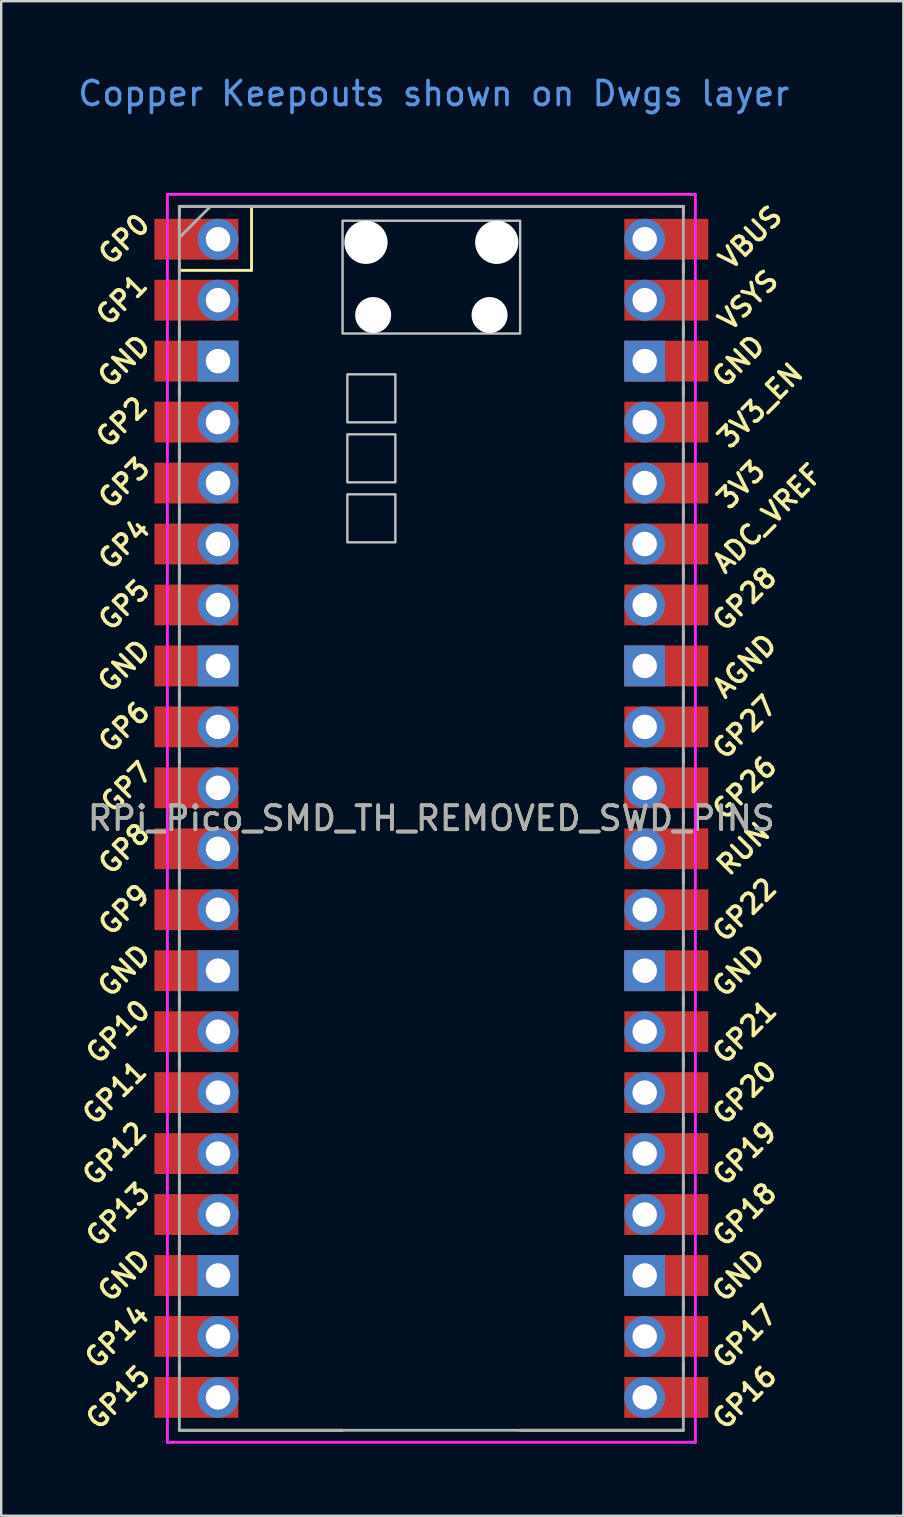
<source format=kicad_pcb>
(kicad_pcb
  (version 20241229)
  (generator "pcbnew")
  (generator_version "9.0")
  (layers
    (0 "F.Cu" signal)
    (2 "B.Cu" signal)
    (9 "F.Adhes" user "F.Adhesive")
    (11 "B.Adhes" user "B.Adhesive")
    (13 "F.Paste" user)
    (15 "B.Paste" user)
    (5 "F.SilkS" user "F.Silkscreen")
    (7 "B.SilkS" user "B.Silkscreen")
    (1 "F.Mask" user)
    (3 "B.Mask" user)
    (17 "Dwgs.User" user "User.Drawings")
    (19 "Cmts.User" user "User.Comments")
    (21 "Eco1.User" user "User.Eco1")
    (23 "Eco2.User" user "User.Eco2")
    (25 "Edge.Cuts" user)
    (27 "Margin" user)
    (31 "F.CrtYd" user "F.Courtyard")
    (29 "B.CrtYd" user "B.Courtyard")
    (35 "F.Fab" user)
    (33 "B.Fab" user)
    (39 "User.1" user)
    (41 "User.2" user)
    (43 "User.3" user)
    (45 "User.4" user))
  (footprint "RPi_Pico_SMD_TH_REMOVED_SWD_PINS"
    (layer "F.Cu")
    (at 14.924 31.048)
    (property "Reference" "RPi_Pico_SMD_TH_REMOVED_SWD_PINS" (at 0 0 0) (layer "F.SilkS") (effects (font (size 1 1) (thickness 0.15))))
    (attr through_hole)
    (fp_line (start -10.5 -25.5) (end -10.5 -25.2) (stroke (width 0.12) (type solid)) (layer "F.SilkS"))
    (fp_line (start -10.5 -25.5) (end 10.5 -25.5) (stroke (width 0.12) (type solid)) (layer "F.SilkS"))
    (fp_line (start -10.5 -23.1) (end -10.5 -22.7) (stroke (width 0.12) (type solid)) (layer "F.SilkS"))
    (fp_line (start -10.5 -22.833) (end -7.493 -22.833) (stroke (width 0.12) (type solid)) (layer "F.SilkS"))
    (fp_line (start -10.5 -20.5) (end -10.5 -20.1) (stroke (width 0.12) (type solid)) (layer "F.SilkS"))
    (fp_line (start -10.5 -18) (end -10.5 -17.6) (stroke (width 0.12) (type solid)) (layer "F.SilkS"))
    (fp_line (start -10.5 -15.4) (end -10.5 -15) (stroke (width 0.12) (type solid)) (layer "F.SilkS"))
    (fp_line (start -10.5 -12.9) (end -10.5 -12.5) (stroke (width 0.12) (type solid)) (layer "F.SilkS"))
    (fp_line (start -10.5 -10.4) (end -10.5 -10) (stroke (width 0.12) (type solid)) (layer "F.SilkS"))
    (fp_line (start -10.5 -7.8) (end -10.5 -7.4) (stroke (width 0.12) (type solid)) (layer "F.SilkS"))
    (fp_line (start -10.5 -5.3) (end -10.5 -4.9) (stroke (width 0.12) (type solid)) (layer "F.SilkS"))
    (fp_line (start -10.5 -2.7) (end -10.5 -2.3) (stroke (width 0.12) (type solid)) (layer "F.SilkS"))
    (fp_line (start -10.5 -0.2) (end -10.5 0.2) (stroke (width 0.12) (type solid)) (layer "F.SilkS"))
    (fp_line (start -10.5 2.3) (end -10.5 2.7) (stroke (width 0.12) (type solid)) (layer "F.SilkS"))
    (fp_line (start -10.5 4.9) (end -10.5 5.3) (stroke (width 0.12) (type solid)) (layer "F.SilkS"))
    (fp_line (start -10.5 7.4) (end -10.5 7.8) (stroke (width 0.12) (type solid)) (layer "F.SilkS"))
    (fp_line (start -10.5 10) (end -10.5 10.4) (stroke (width 0.12) (type solid)) (layer "F.SilkS"))
    (fp_line (start -10.5 12.5) (end -10.5 12.9) (stroke (width 0.12) (type solid)) (layer "F.SilkS"))
    (fp_line (start -10.5 15.1) (end -10.5 15.5) (stroke (width 0.12) (type solid)) (layer "F.SilkS"))
    (fp_line (start -10.5 17.6) (end -10.5 18) (stroke (width 0.12) (type solid)) (layer "F.SilkS"))
    (fp_line (start -10.5 20.1) (end -10.5 20.5) (stroke (width 0.12) (type solid)) (layer "F.SilkS"))
    (fp_line (start -10.5 22.7) (end -10.5 23.1) (stroke (width 0.12) (type solid)) (layer "F.SilkS"))
    (fp_line (start -7.493 -22.833) (end -7.493 -25.5) (stroke (width 0.12) (type solid)) (layer "F.SilkS"))
    (fp_line (start -3.7 25.5) (end -10.5 25.5) (stroke (width 0.12) (type solid)) (layer "F.SilkS"))
    (fp_line (start 10.5 -25.5) (end 10.5 -25.2) (stroke (width 0.12) (type solid)) (layer "F.SilkS"))
    (fp_line (start 10.5 -23.1) (end 10.5 -22.7) (stroke (width 0.12) (type solid)) (layer "F.SilkS"))
    (fp_line (start 10.5 -20.5) (end 10.5 -20.1) (stroke (width 0.12) (type solid)) (layer "F.SilkS"))
    (fp_line (start 10.5 -18) (end 10.5 -17.6) (stroke (width 0.12) (type solid)) (layer "F.SilkS"))
    (fp_line (start 10.5 -15.4) (end 10.5 -15) (stroke (width 0.12) (type solid)) (layer "F.SilkS"))
    (fp_line (start 10.5 -12.9) (end 10.5 -12.5) (stroke (width 0.12) (type solid)) (layer "F.SilkS"))
    (fp_line (start 10.5 -10.4) (end 10.5 -10) (stroke (width 0.12) (type solid)) (layer "F.SilkS"))
    (fp_line (start 10.5 -7.8) (end 10.5 -7.4) (stroke (width 0.12) (type solid)) (layer "F.SilkS"))
    (fp_line (start 10.5 -5.3) (end 10.5 -4.9) (stroke (width 0.12) (type solid)) (layer "F.SilkS"))
    (fp_line (start 10.5 -2.7) (end 10.5 -2.3) (stroke (width 0.12) (type solid)) (layer "F.SilkS"))
    (fp_line (start 10.5 -0.2) (end 10.5 0.2) (stroke (width 0.12) (type solid)) (layer "F.SilkS"))
    (fp_line (start 10.5 2.3) (end 10.5 2.7) (stroke (width 0.12) (type solid)) (layer "F.SilkS"))
    (fp_line (start 10.5 4.9) (end 10.5 5.3) (stroke (width 0.12) (type solid)) (layer "F.SilkS"))
    (fp_line (start 10.5 7.4) (end 10.5 7.8) (stroke (width 0.12) (type solid)) (layer "F.SilkS"))
    (fp_line (start 10.5 10) (end 10.5 10.4) (stroke (width 0.12) (type solid)) (layer "F.SilkS"))
    (fp_line (start 10.5 12.5) (end 10.5 12.9) (stroke (width 0.12) (type solid)) (layer "F.SilkS"))
    (fp_line (start 10.5 15.1) (end 10.5 15.5) (stroke (width 0.12) (type solid)) (layer "F.SilkS"))
    (fp_line (start 10.5 17.6) (end 10.5 18) (stroke (width 0.12) (type solid)) (layer "F.SilkS"))
    (fp_line (start 10.5 20.1) (end 10.5 20.5) (stroke (width 0.12) (type solid)) (layer "F.SilkS"))
    (fp_line (start 10.5 22.7) (end 10.5 23.1) (stroke (width 0.12) (type solid)) (layer "F.SilkS"))
    (fp_line (start 10.5 25.5) (end 3.7 25.5) (stroke (width 0.12) (type solid)) (layer "F.SilkS"))
    (fp_poly (pts (xy -1.5 -16.5) (xy -3.5 -16.5) (xy -3.5 -18.5) (xy -1.5 -18.5)) (stroke (width 0.1) (type solid)) (fill no) (layer "Dwgs.User"))
    (fp_poly (pts (xy -1.5 -14) (xy -3.5 -14) (xy -3.5 -16) (xy -1.5 -16)) (stroke (width 0.1) (type solid)) (fill no) (layer "Dwgs.User"))
    (fp_poly (pts (xy -1.5 -11.5) (xy -3.5 -11.5) (xy -3.5 -13.5) (xy -1.5 -13.5)) (stroke (width 0.1) (type solid)) (fill no) (layer "Dwgs.User"))
    (fp_poly (pts (xy 3.7 -20.2) (xy -3.7 -20.2) (xy -3.7 -24.9) (xy 3.7 -24.9)) (stroke (width 0.1) (type solid)) (fill no) (layer "Dwgs.User"))
    (fp_line (start -11 -26) (end 11 -26) (stroke (width 0.12) (type solid)) (layer "F.CrtYd"))
    (fp_line (start -11 26) (end -11 -26) (stroke (width 0.12) (type solid)) (layer "F.CrtYd"))
    (fp_line (start 11 -26) (end 11 26) (stroke (width 0.12) (type solid)) (layer "F.CrtYd"))
    (fp_line (start 11 26) (end -11 26) (stroke (width 0.12) (type solid)) (layer "F.CrtYd"))
    (fp_line (start -10.5 -25.5) (end 10.5 -25.5) (stroke (width 0.12) (type solid)) (layer "F.Fab"))
    (fp_line (start -10.5 -24.2) (end -9.2 -25.5) (stroke (width 0.12) (type solid)) (layer "F.Fab"))
    (fp_line (start -10.5 25.5) (end -10.5 -25.5) (stroke (width 0.12) (type solid)) (layer "F.Fab"))
    (fp_line (start 10.5 -25.5) (end 10.5 25.5) (stroke (width 0.12) (type solid)) (layer "F.Fab"))
    (fp_line (start 10.5 25.5) (end -10.5 25.5) (stroke (width 0.12) (type solid)) (layer "F.Fab"))
    (fp_text user "3V3_EN" (at 13.7 -17.2 45) (layer "F.SilkS") (effects (font (size 0.8 0.8) (thickness 0.15))))
    (fp_text user "GP4" (at -12.8 -11.43 45) (layer "F.SilkS") (effects (font (size 0.8 0.8) (thickness 0.15))))
    (fp_text user "GP6" (at -12.8 -3.81 45) (layer "F.SilkS") (effects (font (size 0.8 0.8) (thickness 0.15))))
    (fp_text user "GND" (at -12.8 6.35 45) (layer "F.SilkS") (effects (font (size 0.8 0.8) (thickness 0.15))))
    (fp_text user "GP28" (at 13.054 -9.144 45) (layer "F.SilkS") (effects (font (size 0.8 0.8) (thickness 0.15))))
    (fp_text user "RUN" (at 13 1.27 45) (layer "F.SilkS") (effects (font (size 0.8 0.8) (thickness 0.15))))
    (fp_text user "GP11" (at -13.2 11.43 45) (layer "F.SilkS") (effects (font (size 0.8 0.8) (thickness 0.15))))
    (fp_text user "GND" (at -12.8 -19.05 45) (layer "F.SilkS") (effects (font (size 0.8 0.8) (thickness 0.15))))
    (fp_text user "GP27" (at 13.054 -3.8 45) (layer "F.SilkS") (effects (font (size 0.8 0.8) (thickness 0.15))))
    (fp_text user "GP26" (at 13.054 -1.27 45) (layer "F.SilkS") (effects (font (size 0.8 0.8) (thickness 0.15))))
    (fp_text user "GND" (at -12.8 19.05 45) (layer "F.SilkS") (effects (font (size 0.8 0.8) (thickness 0.15))))
    (fp_text user "GP16" (at 13.054 24.13 45) (layer "F.SilkS") (effects (font (size 0.8 0.8) (thickness 0.15))))
    (fp_text user "GP8" (at -12.8 1.27 45) (layer "F.SilkS") (effects (font (size 0.8 0.8) (thickness 0.15))))
    (fp_text user "3V3" (at 12.9 -13.9 45) (layer "F.SilkS") (effects (font (size 0.8 0.8) (thickness 0.15))))
    (fp_text user "GP5" (at -12.8 -8.89 45) (layer "F.SilkS") (effects (font (size 0.8 0.8) (thickness 0.15))))
    (fp_text user "GP0" (at -12.8 -24.13 45) (layer "F.SilkS") (effects (font (size 0.8 0.8) (thickness 0.15))))
    (fp_text user "GND" (at 12.8 -19.05 45) (layer "F.SilkS") (effects (font (size 0.8 0.8) (thickness 0.15))))
    (fp_text user "GP20" (at 13.054 11.43 45) (layer "F.SilkS") (effects (font (size 0.8 0.8) (thickness 0.15))))
    (fp_text user "GP17" (at 13.054 21.59 45) (layer "F.SilkS") (effects (font (size 0.8 0.8) (thickness 0.15))))
    (fp_text user "GP15" (at -13.054 24.13 45) (layer "F.SilkS") (effects (font (size 0.8 0.8) (thickness 0.15))))
    (fp_text user "GND" (at 12.8 6.35 45) (layer "F.SilkS") (effects (font (size 0.8 0.8) (thickness 0.15))))
    (fp_text user "AGND" (at 13.054 -6.35 45) (layer "F.SilkS") (effects (font (size 0.8 0.8) (thickness 0.15))))
    (fp_text user "ADC_VREF" (at 14 -12.5 45) (layer "F.SilkS") (effects (font (size 0.8 0.8) (thickness 0.15))))
    (fp_text user "GP22" (at 13.054 3.81 45) (layer "F.SilkS") (effects (font (size 0.8 0.8) (thickness 0.15))))
    (fp_text user "GP13" (at -13.054 16.51 45) (layer "F.SilkS") (effects (font (size 0.8 0.8) (thickness 0.15))))
    (fp_text user "GP14" (at -13.1 21.59 45) (layer "F.SilkS") (effects (font (size 0.8 0.8) (thickness 0.15))))
    (fp_text user "GND" (at 12.8 19.05 45) (layer "F.SilkS") (effects (font (size 0.8 0.8) (thickness 0.15))))
    (fp_text user "GP12" (at -13.2 13.97 45) (layer "F.SilkS") (effects (font (size 0.8 0.8) (thickness 0.15))))
    (fp_text user "GP18" (at 13.054 16.51 45) (layer "F.SilkS") (effects (font (size 0.8 0.8) (thickness 0.15))))
    (fp_text user "GP7" (at -12.7 -1.3 45) (layer "F.SilkS") (effects (font (size 0.8 0.8) (thickness 0.15))))
    (fp_text user "GP1" (at -12.9 -21.6 45) (layer "F.SilkS") (effects (font (size 0.8 0.8) (thickness 0.15))))
    (fp_text user "GP10" (at -13.054 8.89 45) (layer "F.SilkS") (effects (font (size 0.8 0.8) (thickness 0.15))))
    (fp_text user "GP3" (at -12.8 -13.97 45) (layer "F.SilkS") (effects (font (size 0.8 0.8) (thickness 0.15))))
    (fp_text user "VBUS" (at 13.3 -24.2 45) (layer "F.SilkS") (effects (font (size 0.8 0.8) (thickness 0.15))))
    (fp_text user "GP9" (at -12.8 3.81 45) (layer "F.SilkS") (effects (font (size 0.8 0.8) (thickness 0.15))))
    (fp_text user "VSYS" (at 13.2 -21.59 45) (layer "F.SilkS") (effects (font (size 0.8 0.8) (thickness 0.15))))
    (fp_text user "GND" (at -12.8 -6.35 45) (layer "F.SilkS") (effects (font (size 0.8 0.8) (thickness 0.15))))
    (fp_text user "GP19" (at 13.054 13.97 45) (layer "F.SilkS") (effects (font (size 0.8 0.8) (thickness 0.15))))
    (fp_text user "GP2" (at -12.9 -16.51 45) (layer "F.SilkS") (effects (font (size 0.8 0.8) (thickness 0.15))))
    (fp_text user "GP21" (at 13.054 8.9 45) (layer "F.SilkS") (effects (font (size 0.8 0.8) (thickness 0.15))))
    (fp_text user "Copper Keepouts shown on Dwgs layer" (at 0.1 -30.2 0) (layer "Cmts.User") (effects (font (size 1 1) (thickness 0.15))))
    (fp_text user "${REFERENCE}" (at 0 0 180) (layer "F.Fab") (effects (font (size 1 1) (thickness 0.15))))
    (pad "" np_thru_hole oval (at -2.725 -24) (size 1.8 1.8) (drill 1.8) (layers "*.Cu" "*.Mask"))
    (pad "" np_thru_hole oval (at -2.425 -20.97) (size 1.5 1.5) (drill 1.5) (layers "*.Cu" "*.Mask"))
    (pad "" np_thru_hole oval (at 2.425 -20.97) (size 1.5 1.5) (drill 1.5) (layers "*.Cu" "*.Mask"))
    (pad "" np_thru_hole oval (at 2.725 -24) (size 1.8 1.8) (drill 1.8) (layers "*.Cu" "*.Mask"))
    (pad "1" thru_hole oval (at -8.89 -24.13) (size 1.7 1.7) (drill 1.02) (layers "*.Cu" "*.Mask"))
    (pad "1" smd rect (at -8.89 -24.13) (size 3.5 1.7) (drill (offset -0.9 0)) (layers "F.Cu" "F.Mask"))
    (pad "2" thru_hole oval (at -8.89 -21.59) (size 1.7 1.7) (drill 1.02) (layers "*.Cu" "*.Mask"))
    (pad "2" smd rect (at -8.89 -21.59) (size 3.5 1.7) (drill (offset -0.9 0)) (layers "F.Cu" "F.Mask"))
    (pad "3" thru_hole rect (at -8.89 -19.05) (size 1.7 1.7) (drill 1.02) (layers "*.Cu" "*.Mask"))
    (pad "3" smd rect (at -8.89 -19.05) (size 3.5 1.7) (drill (offset -0.9 0)) (layers "F.Cu" "F.Mask"))
    (pad "4" thru_hole oval (at -8.89 -16.51) (size 1.7 1.7) (drill 1.02) (layers "*.Cu" "*.Mask"))
    (pad "4" smd rect (at -8.89 -16.51) (size 3.5 1.7) (drill (offset -0.9 0)) (layers "F.Cu" "F.Mask"))
    (pad "5" thru_hole oval (at -8.89 -13.97) (size 1.7 1.7) (drill 1.02) (layers "*.Cu" "*.Mask"))
    (pad "5" smd rect (at -8.89 -13.97) (size 3.5 1.7) (drill (offset -0.9 0)) (layers "F.Cu" "F.Mask"))
    (pad "6" thru_hole oval (at -8.89 -11.43) (size 1.7 1.7) (drill 1.02) (layers "*.Cu" "*.Mask"))
    (pad "6" smd rect (at -8.89 -11.43) (size 3.5 1.7) (drill (offset -0.9 0)) (layers "F.Cu" "F.Mask"))
    (pad "7" thru_hole oval (at -8.89 -8.89) (size 1.7 1.7) (drill 1.02) (layers "*.Cu" "*.Mask"))
    (pad "7" smd rect (at -8.89 -8.89) (size 3.5 1.7) (drill (offset -0.9 0)) (layers "F.Cu" "F.Mask"))
    (pad "8" thru_hole rect (at -8.89 -6.35) (size 1.7 1.7) (drill 1.02) (layers "*.Cu" "*.Mask"))
    (pad "8" smd rect (at -8.89 -6.35) (size 3.5 1.7) (drill (offset -0.9 0)) (layers "F.Cu" "F.Mask"))
    (pad "9" thru_hole oval (at -8.89 -3.81) (size 1.7 1.7) (drill 1.02) (layers "*.Cu" "*.Mask"))
    (pad "9" smd rect (at -8.89 -3.81) (size 3.5 1.7) (drill (offset -0.9 0)) (layers "F.Cu" "F.Mask"))
    (pad "10" thru_hole oval (at -8.89 -1.27) (size 1.7 1.7) (drill 1.02) (layers "*.Cu" "*.Mask"))
    (pad "10" smd rect (at -8.89 -1.27) (size 3.5 1.7) (drill (offset -0.9 0)) (layers "F.Cu" "F.Mask"))
    (pad "11" thru_hole oval (at -8.89 1.27) (size 1.7 1.7) (drill 1.02) (layers "*.Cu" "*.Mask"))
    (pad "11" smd rect (at -8.89 1.27) (size 3.5 1.7) (drill (offset -0.9 0)) (layers "F.Cu" "F.Mask"))
    (pad "12" thru_hole oval (at -8.89 3.81) (size 1.7 1.7) (drill 1.02) (layers "*.Cu" "*.Mask"))
    (pad "12" smd rect (at -8.89 3.81) (size 3.5 1.7) (drill (offset -0.9 0)) (layers "F.Cu" "F.Mask"))
    (pad "13" thru_hole rect (at -8.89 6.35) (size 1.7 1.7) (drill 1.02) (layers "*.Cu" "*.Mask"))
    (pad "13" smd rect (at -8.89 6.35) (size 3.5 1.7) (drill (offset -0.9 0)) (layers "F.Cu" "F.Mask"))
    (pad "14" thru_hole oval (at -8.89 8.89) (size 1.7 1.7) (drill 1.02) (layers "*.Cu" "*.Mask"))
    (pad "14" smd rect (at -8.89 8.89) (size 3.5 1.7) (drill (offset -0.9 0)) (layers "F.Cu" "F.Mask"))
    (pad "15" thru_hole oval (at -8.89 11.43) (size 1.7 1.7) (drill 1.02) (layers "*.Cu" "*.Mask"))
    (pad "15" smd rect (at -8.89 11.43) (size 3.5 1.7) (drill (offset -0.9 0)) (layers "F.Cu" "F.Mask"))
    (pad "16" thru_hole oval (at -8.89 13.97) (size 1.7 1.7) (drill 1.02) (layers "*.Cu" "*.Mask"))
    (pad "16" smd rect (at -8.89 13.97) (size 3.5 1.7) (drill (offset -0.9 0)) (layers "F.Cu" "F.Mask"))
    (pad "17" thru_hole oval (at -8.89 16.51) (size 1.7 1.7) (drill 1.02) (layers "*.Cu" "*.Mask"))
    (pad "17" smd rect (at -8.89 16.51) (size 3.5 1.7) (drill (offset -0.9 0)) (layers "F.Cu" "F.Mask"))
    (pad "18" thru_hole rect (at -8.89 19.05) (size 1.7 1.7) (drill 1.02) (layers "*.Cu" "*.Mask"))
    (pad "18" smd rect (at -8.89 19.05) (size 3.5 1.7) (drill (offset -0.9 0)) (layers "F.Cu" "F.Mask"))
    (pad "19" thru_hole oval (at -8.89 21.59) (size 1.7 1.7) (drill 1.02) (layers "*.Cu" "*.Mask"))
    (pad "19" smd rect (at -8.89 21.59) (size 3.5 1.7) (drill (offset -0.9 0)) (layers "F.Cu" "F.Mask"))
    (pad "20" thru_hole oval (at -8.89 24.13) (size 1.7 1.7) (drill 1.02) (layers "*.Cu" "*.Mask"))
    (pad "20" smd rect (at -8.89 24.13) (size 3.5 1.7) (drill (offset -0.9 0)) (layers "F.Cu" "F.Mask"))
    (pad "21" thru_hole oval (at 8.89 24.13) (size 1.7 1.7) (drill 1.02) (layers "*.Cu" "*.Mask"))
    (pad "21" smd rect (at 8.89 24.13) (size 3.5 1.7) (drill (offset 0.9 0)) (layers "F.Cu" "F.Mask"))
    (pad "22" thru_hole oval (at 8.89 21.59) (size 1.7 1.7) (drill 1.02) (layers "*.Cu" "*.Mask"))
    (pad "22" smd rect (at 8.89 21.59) (size 3.5 1.7) (drill (offset 0.9 0)) (layers "F.Cu" "F.Mask"))
    (pad "23" thru_hole rect (at 8.89 19.05) (size 1.7 1.7) (drill 1.02) (layers "*.Cu" "*.Mask"))
    (pad "23" smd rect (at 8.89 19.05) (size 3.5 1.7) (drill (offset 0.9 0)) (layers "F.Cu" "F.Mask"))
    (pad "24" thru_hole oval (at 8.89 16.51) (size 1.7 1.7) (drill 1.02) (layers "*.Cu" "*.Mask"))
    (pad "24" smd rect (at 8.89 16.51) (size 3.5 1.7) (drill (offset 0.9 0)) (layers "F.Cu" "F.Mask"))
    (pad "25" thru_hole oval (at 8.89 13.97) (size 1.7 1.7) (drill 1.02) (layers "*.Cu" "*.Mask"))
    (pad "25" smd rect (at 8.89 13.97) (size 3.5 1.7) (drill (offset 0.9 0)) (layers "F.Cu" "F.Mask"))
    (pad "26" thru_hole oval (at 8.89 11.43) (size 1.7 1.7) (drill 1.02) (layers "*.Cu" "*.Mask"))
    (pad "26" smd rect (at 8.89 11.43) (size 3.5 1.7) (drill (offset 0.9 0)) (layers "F.Cu" "F.Mask"))
    (pad "27" thru_hole oval (at 8.89 8.89) (size 1.7 1.7) (drill 1.02) (layers "*.Cu" "*.Mask"))
    (pad "27" smd rect (at 8.89 8.89) (size 3.5 1.7) (drill (offset 0.9 0)) (layers "F.Cu" "F.Mask"))
    (pad "28" thru_hole rect (at 8.89 6.35) (size 1.7 1.7) (drill 1.02) (layers "*.Cu" "*.Mask"))
    (pad "28" smd rect (at 8.89 6.35) (size 3.5 1.7) (drill (offset 0.9 0)) (layers "F.Cu" "F.Mask"))
    (pad "29" thru_hole oval (at 8.89 3.81) (size 1.7 1.7) (drill 1.02) (layers "*.Cu" "*.Mask"))
    (pad "29" smd rect (at 8.89 3.81) (size 3.5 1.7) (drill (offset 0.9 0)) (layers "F.Cu" "F.Mask"))
    (pad "30" thru_hole oval (at 8.89 1.27) (size 1.7 1.7) (drill 1.02) (layers "*.Cu" "*.Mask"))
    (pad "30" smd rect (at 8.89 1.27) (size 3.5 1.7) (drill (offset 0.9 0)) (layers "F.Cu" "F.Mask"))
    (pad "31" thru_hole oval (at 8.89 -1.27) (size 1.7 1.7) (drill 1.02) (layers "*.Cu" "*.Mask"))
    (pad "31" smd rect (at 8.89 -1.27) (size 3.5 1.7) (drill (offset 0.9 0)) (layers "F.Cu" "F.Mask"))
    (pad "32" thru_hole oval (at 8.89 -3.81) (size 1.7 1.7) (drill 1.02) (layers "*.Cu" "*.Mask"))
    (pad "32" smd rect (at 8.89 -3.81) (size 3.5 1.7) (drill (offset 0.9 0)) (layers "F.Cu" "F.Mask"))
    (pad "33" thru_hole rect (at 8.89 -6.35) (size 1.7 1.7) (drill 1.02) (layers "*.Cu" "*.Mask"))
    (pad "33" smd rect (at 8.89 -6.35) (size 3.5 1.7) (drill (offset 0.9 0)) (layers "F.Cu" "F.Mask"))
    (pad "34" thru_hole oval (at 8.89 -8.89) (size 1.7 1.7) (drill 1.02) (layers "*.Cu" "*.Mask"))
    (pad "34" smd rect (at 8.89 -8.89) (size 3.5 1.7) (drill (offset 0.9 0)) (layers "F.Cu" "F.Mask"))
    (pad "35" thru_hole oval (at 8.89 -11.43) (size 1.7 1.7) (drill 1.02) (layers "*.Cu" "*.Mask"))
    (pad "35" smd rect (at 8.89 -11.43) (size 3.5 1.7) (drill (offset 0.9 0)) (layers "F.Cu" "F.Mask"))
    (pad "36" thru_hole oval (at 8.89 -13.97) (size 1.7 1.7) (drill 1.02) (layers "*.Cu" "*.Mask"))
    (pad "36" smd rect (at 8.89 -13.97) (size 3.5 1.7) (drill (offset 0.9 0)) (layers "F.Cu" "F.Mask"))
    (pad "37" thru_hole oval (at 8.89 -16.51) (size 1.7 1.7) (drill 1.02) (layers "*.Cu" "*.Mask"))
    (pad "37" smd rect (at 8.89 -16.51) (size 3.5 1.7) (drill (offset 0.9 0)) (layers "F.Cu" "F.Mask"))
    (pad "38" thru_hole rect (at 8.89 -19.05) (size 1.7 1.7) (drill 1.02) (layers "*.Cu" "*.Mask"))
    (pad "38" smd rect (at 8.89 -19.05) (size 3.5 1.7) (drill (offset 0.9 0)) (layers "F.Cu" "F.Mask"))
    (pad "39" thru_hole oval (at 8.89 -21.59) (size 1.7 1.7) (drill 1.02) (layers "*.Cu" "*.Mask"))
    (pad "39" smd rect (at 8.89 -21.59) (size 3.5 1.7) (drill (offset 0.9 0)) (layers "F.Cu" "F.Mask"))
    (pad "40" thru_hole oval (at 8.89 -24.13) (size 1.7 1.7) (drill 1.02) (layers "*.Cu" "*.Mask"))
    (pad "40" smd rect (at 8.89 -24.13) (size 3.5 1.7) (drill (offset 0.9 0)) (layers "F.Cu" "F.Mask")))
  (gr_rect
    (start -3 -3)
    (end 34.591 60.108)
    (stroke (width 0.1) (type default))
    (fill no)
    (layer "Edge.Cuts")))
</source>
